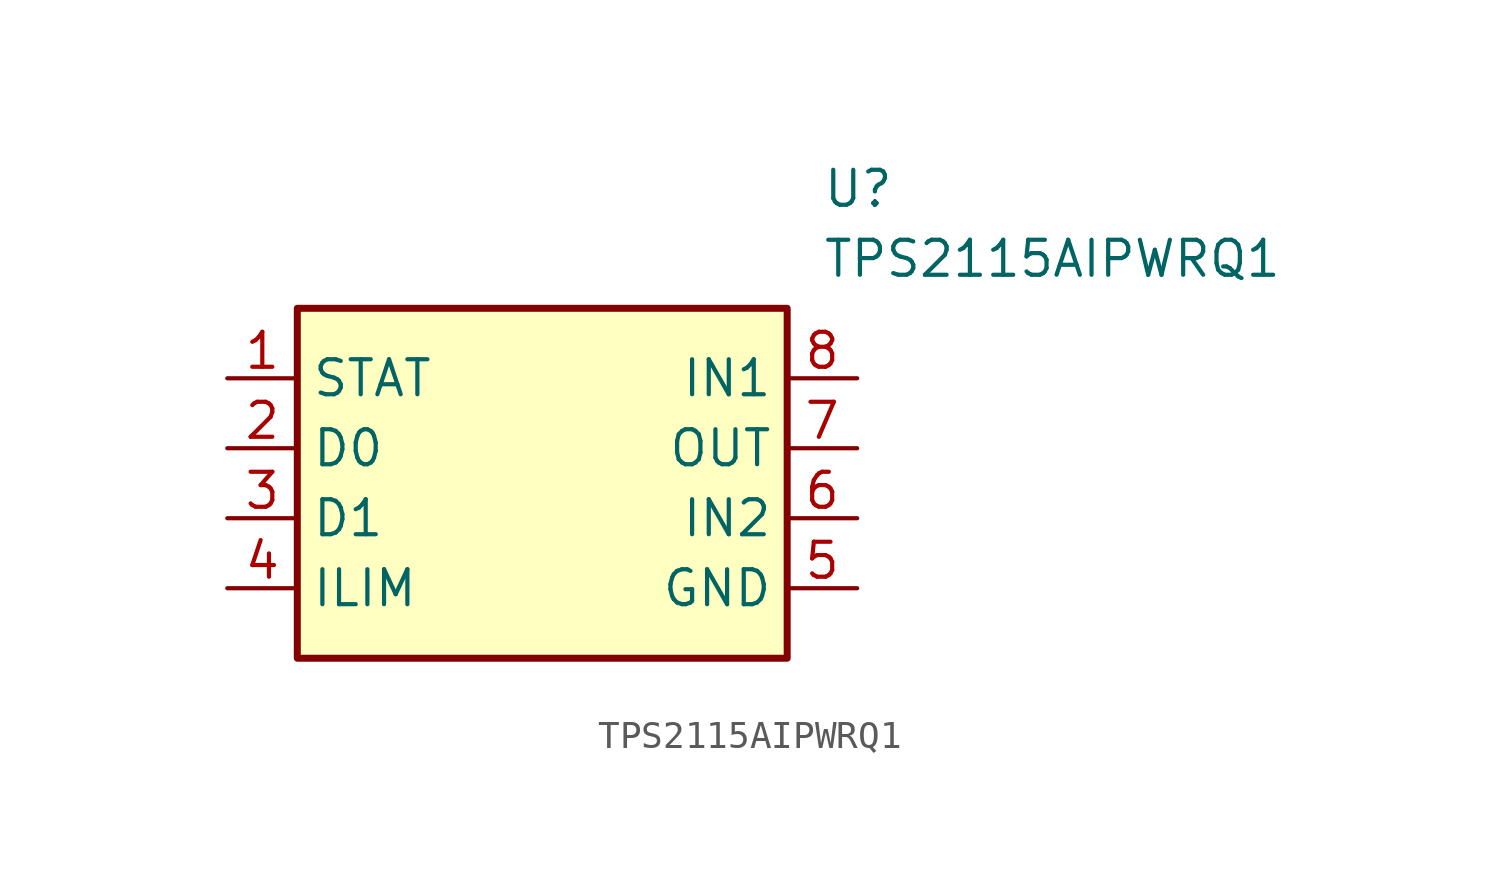
<source format=kicad_sym>
(kicad_symbol_lib
  (version 20241209)
  (generator "kicad_symbol_editor")
  (generator_version "9.0")
  (symbol "TPS2115AIPWRQ1"
    (property "Reference" "U"
      (at 24.13 7.62 0)
      (effects (font (size 1.27 1.27)) (justify left top)))
    (property "Value" "TPS2115AIPWRQ1"
      (at 24.13 5.08 0)
      (effects (font (size 1.27 1.27)) (justify left top)))
    (symbol "TPS2115AIPWRQ1_1_1"
      (rectangle (start 5.08 2.54) (end 22.86 -10.16) (stroke (width 0.254) (type default)) (fill (type background)))
      (pin passive line (at 2.54 0 0) (length 2.54) (name "STAT" (effects (font (size 1.27 1.27)))) (number "1" (effects (font (size 1.27 1.27)))))
      (pin passive line (at 2.54 -2.54 0) (length 2.54) (name "D0" (effects (font (size 1.27 1.27)))) (number "2" (effects (font (size 1.27 1.27)))))
      (pin passive line (at 2.54 -5.08 0) (length 2.54) (name "D1" (effects (font (size 1.27 1.27)))) (number "3" (effects (font (size 1.27 1.27)))))
      (pin passive line (at 2.54 -7.62 0) (length 2.54) (name "ILIM" (effects (font (size 1.27 1.27)))) (number "4" (effects (font (size 1.27 1.27)))))
      (pin passive line (at 25.4 0 180) (length 2.54) (name "IN1" (effects (font (size 1.27 1.27)))) (number "8" (effects (font (size 1.27 1.27)))))
      (pin passive line (at 25.4 -2.54 180) (length 2.54) (name "OUT" (effects (font (size 1.27 1.27)))) (number "7" (effects (font (size 1.27 1.27)))))
      (pin passive line (at 25.4 -5.08 180) (length 2.54) (name "IN2" (effects (font (size 1.27 1.27)))) (number "6" (effects (font (size 1.27 1.27)))))
      (pin passive line (at 25.4 -7.62 180) (length 2.54) (name "GND" (effects (font (size 1.27 1.27)))) (number "5" (effects (font (size 1.27 1.27))))))))
</source>
